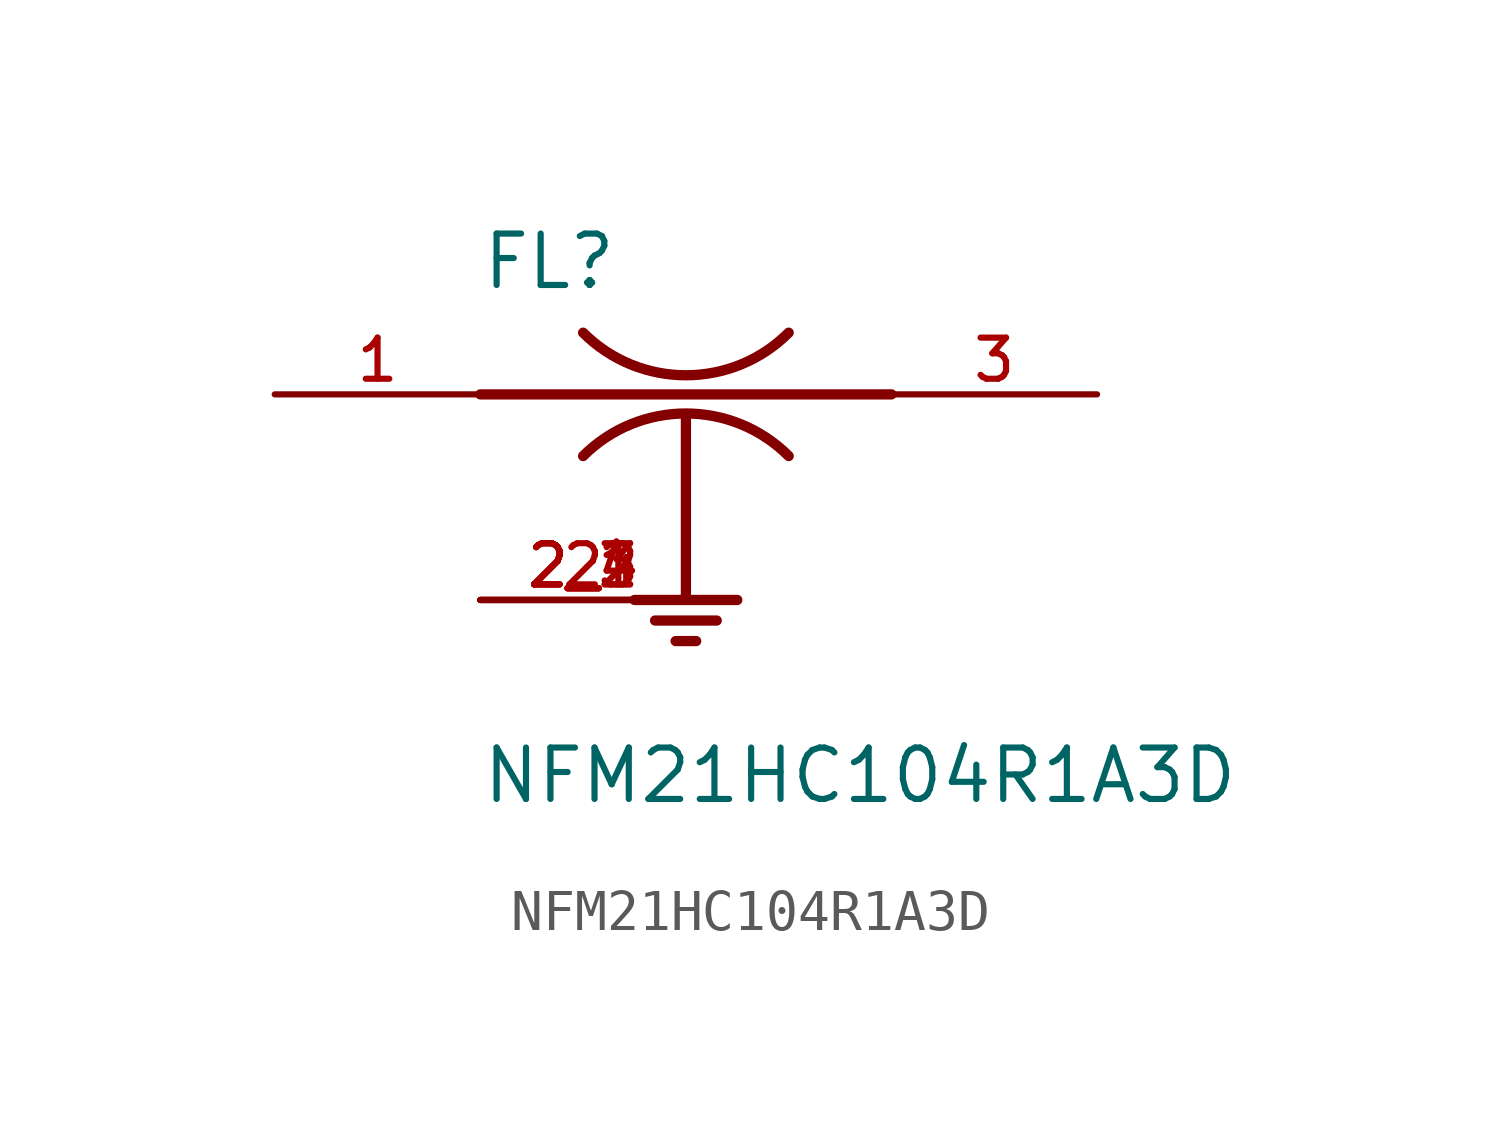
<source format=kicad_sym>
(kicad_symbol_lib
  (version 20211014)
  (generator kicad_symbol_editor)
  (symbol "NFM21HC104R1A3D"
    (pin_names
      (offset 1.016))
    (property "Reference" "FL"
      (at -5.08 2.54 0)
      (effects (font (size 1.27 1.27)) (justify bottom left)))
    (property "Value" "NFM21HC104R1A3D"
      (at -5.08 -10.16 0)
      (effects (font (size 1.27 1.27)) (justify bottom left)))
    (symbol "NFM21HC104R1A3D_0_0"
      (polyline (pts (xy -5.08 0.0) (xy 5.08 0.0)) (stroke (width 0.254)))
      (arc (start -2.54 1.524) (mid 0.0 0.4719) (end 2.54 1.524) (stroke (width 0.254) (type default) (color 0 0 0 0)) (fill (type none)))
      (arc (start 2.54 -1.524) (mid -0.0 -0.4719) (end -2.54 -1.524) (stroke (width 0.254) (type default) (color 0 0 0 0)) (fill (type none)))
      (polyline (pts (xy 0.0 -0.508) (xy 0.0 -5.08)) (stroke (width 0.254)))
      (polyline (pts (xy -1.27 -5.08) (xy 1.27 -5.08)) (stroke (width 0.254)))
      (polyline (pts (xy -0.762 -5.588) (xy 0.762 -5.588)) (stroke (width 0.254)))
      (polyline (pts (xy -0.254 -6.096) (xy 0.254 -6.096)) (stroke (width 0.254)))
      (pin input line (at -10.16 0.0 0) (length 5.08) (name "~" (effects (font (size 1.016 1.016)))) (number "1" (effects (font (size 1.016 1.016)))))
      (pin output line (at 10.16 0.0 180.0) (length 5.08) (name "~" (effects (font (size 1.016 1.016)))) (number "3" (effects (font (size 1.016 1.016)))))
      (pin power_in line (at -5.08 -5.08 0) (length 5.08) (name "~" (effects (font (size 1.016 1.016)))) (number "2" (effects (font (size 1.016 1.016)))))
      (pin power_in line (at -5.08 -5.08 0) (length 5.08) (name "~" (effects (font (size 1.016 1.016)))) (number "2_1" (effects (font (size 1.016 1.016)))))
      (pin power_in line (at -5.08 -5.08 0) (length 5.08) (name "~" (effects (font (size 1.016 1.016)))) (number "2_2" (effects (font (size 1.016 1.016)))))
      (pin power_in line (at -5.08 -5.08 0) (length 5.08) (name "~" (effects (font (size 1.016 1.016)))) (number "2_3" (effects (font (size 1.016 1.016)))))
      (pin power_in line (at -5.08 -5.08 0) (length 5.08) (name "~" (effects (font (size 1.016 1.016)))) (number "2_4" (effects (font (size 1.016 1.016))))))))
</source>
